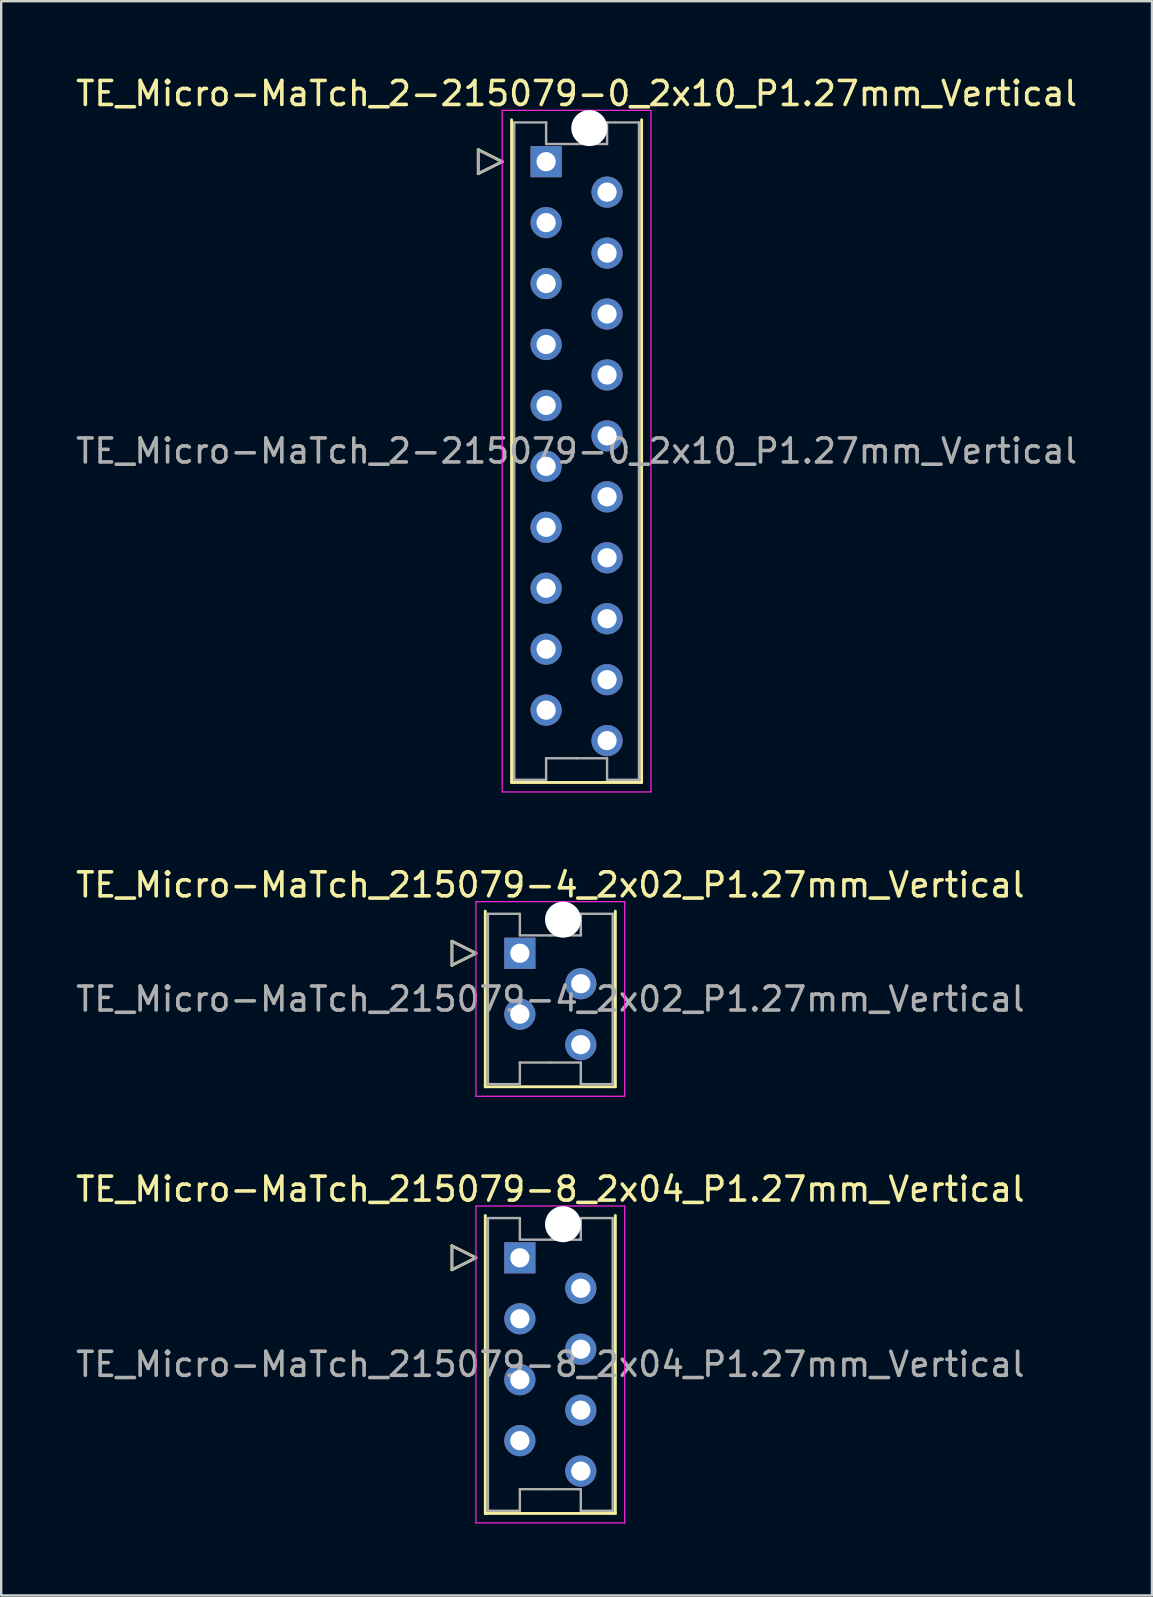
<source format=kicad_pcb>
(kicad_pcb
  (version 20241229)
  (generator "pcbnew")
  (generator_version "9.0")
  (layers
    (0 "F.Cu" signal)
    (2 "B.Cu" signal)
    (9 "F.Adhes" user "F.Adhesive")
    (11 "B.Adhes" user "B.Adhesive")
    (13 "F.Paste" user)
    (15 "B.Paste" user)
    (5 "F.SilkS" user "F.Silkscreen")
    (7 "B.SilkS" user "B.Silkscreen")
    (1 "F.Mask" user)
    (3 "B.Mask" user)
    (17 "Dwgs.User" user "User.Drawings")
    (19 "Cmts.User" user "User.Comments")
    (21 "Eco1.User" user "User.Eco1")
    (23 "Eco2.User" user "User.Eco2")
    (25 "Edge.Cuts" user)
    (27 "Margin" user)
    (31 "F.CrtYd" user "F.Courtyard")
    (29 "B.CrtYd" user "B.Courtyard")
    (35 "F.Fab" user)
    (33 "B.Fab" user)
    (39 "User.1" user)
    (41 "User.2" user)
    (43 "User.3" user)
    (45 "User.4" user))
  (footprint "TE_Micro-MaTch_2-215079-0_2x10_P1.27mm_Vertical"
    (layer "F.Cu")
    (at 19.712 3.688)
    (property "Reference" "TE_Micro-MaTch_2-215079-0_2x10_P1.27mm_Vertical" (at 1.27 -2.84 0) (layer "F.SilkS") (effects (font (size 1 1) (thickness 0.15))))
    (attr through_hole)
    (fp_line (start -2.83 -0.5) (end -1.83 0) (stroke (width 0.12) (type solid)) (layer "F.SilkS"))
    (fp_line (start -2.83 0.5) (end -2.83 -0.5) (stroke (width 0.12) (type solid)) (layer "F.SilkS"))
    (fp_line (start -1.83 0) (end -2.83 0.5) (stroke (width 0.12) (type solid)) (layer "F.SilkS"))
    (fp_line (start -1.44 -1.745) (end -1.44 25.875) (stroke (width 0.12) (type solid)) (layer "F.SilkS"))
    (fp_line (start -1.44 25.875) (end 3.98 25.875) (stroke (width 0.12) (type solid)) (layer "F.SilkS"))
    (fp_line (start 3.98 25.875) (end 3.98 -1.745) (stroke (width 0.12) (type solid)) (layer "F.SilkS"))
    (fp_line (start -1.83 -2.14) (end -1.83 26.27) (stroke (width 0.05) (type solid)) (layer "F.CrtYd"))
    (fp_line (start -1.83 26.27) (end 4.37 26.27) (stroke (width 0.05) (type solid)) (layer "F.CrtYd"))
    (fp_line (start 4.37 -2.14) (end -1.83 -2.14) (stroke (width 0.05) (type solid)) (layer "F.CrtYd"))
    (fp_line (start 4.37 26.27) (end 4.37 -2.14) (stroke (width 0.05) (type solid)) (layer "F.CrtYd"))
    (fp_line (start -2.83 -0.5) (end -1.83 0) (stroke (width 0.1) (type solid)) (layer "F.Fab"))
    (fp_line (start -2.83 0.5) (end -2.83 -0.5) (stroke (width 0.1) (type solid)) (layer "F.Fab"))
    (fp_line (start -1.83 0) (end -2.83 0.5) (stroke (width 0.1) (type solid)) (layer "F.Fab"))
    (fp_line (start -1.33 -1.635) (end -1.33 12.065) (stroke (width 0.1) (type solid)) (layer "F.Fab"))
    (fp_line (start -1.33 25.765) (end -1.33 12.065) (stroke (width 0.1) (type solid)) (layer "F.Fab"))
    (fp_line (start 0 -1.635) (end -1.33 -1.635) (stroke (width 0.1) (type solid)) (layer "F.Fab"))
    (fp_line (start 0 -0.735) (end 0 -1.635) (stroke (width 0.1) (type solid)) (layer "F.Fab"))
    (fp_line (start 0 24.865) (end 0 25.765) (stroke (width 0.1) (type solid)) (layer "F.Fab"))
    (fp_line (start 0 25.765) (end -1.33 25.765) (stroke (width 0.1) (type solid)) (layer "F.Fab"))
    (fp_line (start 1.27 -0.735) (end 0 -0.735) (stroke (width 0.1) (type solid)) (layer "F.Fab"))
    (fp_line (start 1.27 -0.735) (end 2.54 -0.735) (stroke (width 0.1) (type solid)) (layer "F.Fab"))
    (fp_line (start 1.27 24.865) (end 0 24.865) (stroke (width 0.1) (type solid)) (layer "F.Fab"))
    (fp_line (start 1.27 24.865) (end 2.54 24.865) (stroke (width 0.1) (type solid)) (layer "F.Fab"))
    (fp_line (start 2.54 -1.635) (end 3.87 -1.635) (stroke (width 0.1) (type solid)) (layer "F.Fab"))
    (fp_line (start 2.54 -0.735) (end 2.54 -1.635) (stroke (width 0.1) (type solid)) (layer "F.Fab"))
    (fp_line (start 2.54 24.865) (end 2.54 25.765) (stroke (width 0.1) (type solid)) (layer "F.Fab"))
    (fp_line (start 2.54 25.765) (end 3.87 25.765) (stroke (width 0.1) (type solid)) (layer "F.Fab"))
    (fp_line (start 3.87 -1.635) (end 3.87 12.065) (stroke (width 0.1) (type solid)) (layer "F.Fab"))
    (fp_line (start 3.87 25.765) (end 3.87 12.065) (stroke (width 0.1) (type solid)) (layer "F.Fab"))
    (fp_text user "${REFERENCE}" (at 1.27 12.06 0) (layer "F.Fab") (effects (font (size 1 1) (thickness 0.15))))
    (pad "" np_thru_hole circle (at 1.8 -1.4) (size 1.5 1.5) (drill 1.5) (layers "*.Cu" "*.Mask"))
    (pad "1" thru_hole rect (at 0 0) (size 1.3 1.3) (drill 0.8) (layers "*.Cu" "*.Mask"))
    (pad "2" thru_hole circle (at 2.54 1.27) (size 1.3 1.3) (drill 0.8) (layers "*.Cu" "*.Mask"))
    (pad "3" thru_hole circle (at 0 2.54) (size 1.3 1.3) (drill 0.8) (layers "*.Cu" "*.Mask"))
    (pad "4" thru_hole circle (at 2.54 3.81) (size 1.3 1.3) (drill 0.8) (layers "*.Cu" "*.Mask"))
    (pad "5" thru_hole circle (at 0 5.08) (size 1.3 1.3) (drill 0.8) (layers "*.Cu" "*.Mask"))
    (pad "6" thru_hole circle (at 2.54 6.35) (size 1.3 1.3) (drill 0.8) (layers "*.Cu" "*.Mask"))
    (pad "7" thru_hole circle (at 0 7.62) (size 1.3 1.3) (drill 0.8) (layers "*.Cu" "*.Mask"))
    (pad "8" thru_hole circle (at 2.54 8.89) (size 1.3 1.3) (drill 0.8) (layers "*.Cu" "*.Mask"))
    (pad "9" thru_hole circle (at 0 10.16) (size 1.3 1.3) (drill 0.8) (layers "*.Cu" "*.Mask"))
    (pad "10" thru_hole circle (at 2.54 11.43) (size 1.3 1.3) (drill 0.8) (layers "*.Cu" "*.Mask"))
    (pad "11" thru_hole circle (at 0 12.7) (size 1.3 1.3) (drill 0.8) (layers "*.Cu" "*.Mask"))
    (pad "12" thru_hole circle (at 2.54 13.97) (size 1.3 1.3) (drill 0.8) (layers "*.Cu" "*.Mask"))
    (pad "13" thru_hole circle (at 0 15.24) (size 1.3 1.3) (drill 0.8) (layers "*.Cu" "*.Mask"))
    (pad "14" thru_hole circle (at 2.54 16.51) (size 1.3 1.3) (drill 0.8) (layers "*.Cu" "*.Mask"))
    (pad "15" thru_hole circle (at 0 17.78) (size 1.3 1.3) (drill 0.8) (layers "*.Cu" "*.Mask"))
    (pad "16" thru_hole circle (at 2.54 19.05) (size 1.3 1.3) (drill 0.8) (layers "*.Cu" "*.Mask"))
    (pad "17" thru_hole circle (at 0 20.32) (size 1.3 1.3) (drill 0.8) (layers "*.Cu" "*.Mask"))
    (pad "18" thru_hole circle (at 2.54 21.59) (size 1.3 1.3) (drill 0.8) (layers "*.Cu" "*.Mask"))
    (pad "19" thru_hole circle (at 0 22.86) (size 1.3 1.3) (drill 0.8) (layers "*.Cu" "*.Mask"))
    (pad "20" thru_hole circle (at 2.54 24.13) (size 1.3 1.3) (drill 0.8) (layers "*.Cu" "*.Mask")))
  (footprint "TE_Micro-MaTch_215079-8_2x04_P1.27mm_Vertical"
    (layer "F.Cu")
    (at 18.617 49.375)
    (property "Reference" "TE_Micro-MaTch_215079-8_2x04_P1.27mm_Vertical" (at 1.27 -2.86 0) (layer "F.SilkS") (effects (font (size 1 1) (thickness 0.15))))
    (attr through_hole)
    (fp_line (start -2.83 -0.5) (end -1.83 0) (stroke (width 0.12) (type solid)) (layer "F.SilkS"))
    (fp_line (start -2.83 0.5) (end -2.83 -0.5) (stroke (width 0.12) (type solid)) (layer "F.SilkS"))
    (fp_line (start -1.83 0) (end -2.83 0.5) (stroke (width 0.12) (type solid)) (layer "F.SilkS"))
    (fp_line (start -1.44 -1.765) (end -1.44 10.655) (stroke (width 0.12) (type solid)) (layer "F.SilkS"))
    (fp_line (start -1.44 10.655) (end 3.98 10.655) (stroke (width 0.12) (type solid)) (layer "F.SilkS"))
    (fp_line (start 3.98 10.655) (end 3.98 -1.765) (stroke (width 0.12) (type solid)) (layer "F.SilkS"))
    (fp_line (start -1.83 -2.16) (end -1.83 11.05) (stroke (width 0.05) (type solid)) (layer "F.CrtYd"))
    (fp_line (start -1.83 11.05) (end 4.37 11.05) (stroke (width 0.05) (type solid)) (layer "F.CrtYd"))
    (fp_line (start 4.37 -2.16) (end -1.83 -2.16) (stroke (width 0.05) (type solid)) (layer "F.CrtYd"))
    (fp_line (start 4.37 11.05) (end 4.37 -2.16) (stroke (width 0.05) (type solid)) (layer "F.CrtYd"))
    (fp_line (start -2.83 -0.5) (end -1.83 0) (stroke (width 0.1) (type solid)) (layer "F.Fab"))
    (fp_line (start -2.83 0.5) (end -2.83 -0.5) (stroke (width 0.1) (type solid)) (layer "F.Fab"))
    (fp_line (start -1.83 0) (end -2.83 0.5) (stroke (width 0.1) (type solid)) (layer "F.Fab"))
    (fp_line (start -1.33 -1.655) (end -1.33 4.445) (stroke (width 0.1) (type solid)) (layer "F.Fab"))
    (fp_line (start -1.33 10.545) (end -1.33 4.445) (stroke (width 0.1) (type solid)) (layer "F.Fab"))
    (fp_line (start 0 -1.655) (end -1.33 -1.655) (stroke (width 0.1) (type solid)) (layer "F.Fab"))
    (fp_line (start 0 -0.755) (end 0 -1.655) (stroke (width 0.1) (type solid)) (layer "F.Fab"))
    (fp_line (start 0 9.645) (end 0 10.545) (stroke (width 0.1) (type solid)) (layer "F.Fab"))
    (fp_line (start 0 10.545) (end -1.33 10.545) (stroke (width 0.1) (type solid)) (layer "F.Fab"))
    (fp_line (start 1.27 -0.755) (end 0 -0.755) (stroke (width 0.1) (type solid)) (layer "F.Fab"))
    (fp_line (start 1.27 -0.755) (end 2.54 -0.755) (stroke (width 0.1) (type solid)) (layer "F.Fab"))
    (fp_line (start 1.27 9.645) (end 0 9.645) (stroke (width 0.1) (type solid)) (layer "F.Fab"))
    (fp_line (start 1.27 9.645) (end 2.54 9.645) (stroke (width 0.1) (type solid)) (layer "F.Fab"))
    (fp_line (start 2.54 -1.655) (end 3.87 -1.655) (stroke (width 0.1) (type solid)) (layer "F.Fab"))
    (fp_line (start 2.54 -0.755) (end 2.54 -1.655) (stroke (width 0.1) (type solid)) (layer "F.Fab"))
    (fp_line (start 2.54 9.645) (end 2.54 10.545) (stroke (width 0.1) (type solid)) (layer "F.Fab"))
    (fp_line (start 2.54 10.545) (end 3.87 10.545) (stroke (width 0.1) (type solid)) (layer "F.Fab"))
    (fp_line (start 3.87 -1.655) (end 3.87 4.445) (stroke (width 0.1) (type solid)) (layer "F.Fab"))
    (fp_line (start 3.87 10.545) (end 3.87 4.445) (stroke (width 0.1) (type solid)) (layer "F.Fab"))
    (fp_text user "${REFERENCE}" (at 1.27 4.44 0) (layer "F.Fab") (effects (font (size 1 1) (thickness 0.15))))
    (pad "" np_thru_hole circle (at 1.8 -1.4) (size 1.5 1.5) (drill 1.5) (layers "*.Cu" "*.Mask"))
    (pad "1" thru_hole rect (at 0 0) (size 1.3 1.3) (drill 0.8) (layers "*.Cu" "*.Mask"))
    (pad "2" thru_hole circle (at 2.54 1.27) (size 1.3 1.3) (drill 0.8) (layers "*.Cu" "*.Mask"))
    (pad "3" thru_hole circle (at 0 2.54) (size 1.3 1.3) (drill 0.8) (layers "*.Cu" "*.Mask"))
    (pad "4" thru_hole circle (at 2.54 3.81) (size 1.3 1.3) (drill 0.8) (layers "*.Cu" "*.Mask"))
    (pad "5" thru_hole circle (at 0 5.08) (size 1.3 1.3) (drill 0.8) (layers "*.Cu" "*.Mask"))
    (pad "6" thru_hole circle (at 2.54 6.35) (size 1.3 1.3) (drill 0.8) (layers "*.Cu" "*.Mask"))
    (pad "7" thru_hole circle (at 0 7.62) (size 1.3 1.3) (drill 0.8) (layers "*.Cu" "*.Mask"))
    (pad "8" thru_hole circle (at 2.54 8.89) (size 1.3 1.3) (drill 0.8) (layers "*.Cu" "*.Mask")))
  (footprint "TE_Micro-MaTch_215079-4_2x02_P1.27mm_Vertical"
    (layer "F.Cu")
    (at 18.617 36.681)
    (property "Reference" "TE_Micro-MaTch_215079-4_2x02_P1.27mm_Vertical" (at 1.27 -2.85 0) (layer "F.SilkS") (effects (font (size 1 1) (thickness 0.15))))
    (attr through_hole)
    (fp_line (start -2.83 -0.5) (end -1.83 0) (stroke (width 0.12) (type solid)) (layer "F.SilkS"))
    (fp_line (start -2.83 0.5) (end -2.83 -0.5) (stroke (width 0.12) (type solid)) (layer "F.SilkS"))
    (fp_line (start -1.83 0) (end -2.83 0.5) (stroke (width 0.12) (type solid)) (layer "F.SilkS"))
    (fp_line (start -1.44 -1.755) (end -1.44 5.565) (stroke (width 0.12) (type solid)) (layer "F.SilkS"))
    (fp_line (start -1.44 5.565) (end 3.98 5.565) (stroke (width 0.12) (type solid)) (layer "F.SilkS"))
    (fp_line (start 3.98 5.565) (end 3.98 -1.755) (stroke (width 0.12) (type solid)) (layer "F.SilkS"))
    (fp_line (start -1.83 -2.15) (end -1.83 5.96) (stroke (width 0.05) (type solid)) (layer "F.CrtYd"))
    (fp_line (start -1.83 5.96) (end 4.37 5.96) (stroke (width 0.05) (type solid)) (layer "F.CrtYd"))
    (fp_line (start 4.37 -2.15) (end -1.83 -2.15) (stroke (width 0.05) (type solid)) (layer "F.CrtYd"))
    (fp_line (start 4.37 5.96) (end 4.37 -2.15) (stroke (width 0.05) (type solid)) (layer "F.CrtYd"))
    (fp_line (start -2.83 -0.5) (end -1.83 0) (stroke (width 0.1) (type solid)) (layer "F.Fab"))
    (fp_line (start -2.83 0.5) (end -2.83 -0.5) (stroke (width 0.1) (type solid)) (layer "F.Fab"))
    (fp_line (start -1.83 0) (end -2.83 0.5) (stroke (width 0.1) (type solid)) (layer "F.Fab"))
    (fp_line (start -1.33 -1.645) (end -1.33 1.905) (stroke (width 0.1) (type solid)) (layer "F.Fab"))
    (fp_line (start -1.33 5.455) (end -1.33 1.905) (stroke (width 0.1) (type solid)) (layer "F.Fab"))
    (fp_line (start 0 -1.645) (end -1.33 -1.645) (stroke (width 0.1) (type solid)) (layer "F.Fab"))
    (fp_line (start 0 -0.745) (end 0 -1.645) (stroke (width 0.1) (type solid)) (layer "F.Fab"))
    (fp_line (start 0 4.555) (end 0 5.455) (stroke (width 0.1) (type solid)) (layer "F.Fab"))
    (fp_line (start 0 5.455) (end -1.33 5.455) (stroke (width 0.1) (type solid)) (layer "F.Fab"))
    (fp_line (start 1.27 -0.745) (end 0 -0.745) (stroke (width 0.1) (type solid)) (layer "F.Fab"))
    (fp_line (start 1.27 -0.745) (end 2.54 -0.745) (stroke (width 0.1) (type solid)) (layer "F.Fab"))
    (fp_line (start 1.27 4.555) (end 0 4.555) (stroke (width 0.1) (type solid)) (layer "F.Fab"))
    (fp_line (start 1.27 4.555) (end 2.54 4.555) (stroke (width 0.1) (type solid)) (layer "F.Fab"))
    (fp_line (start 2.54 -1.645) (end 3.87 -1.645) (stroke (width 0.1) (type solid)) (layer "F.Fab"))
    (fp_line (start 2.54 -0.745) (end 2.54 -1.645) (stroke (width 0.1) (type solid)) (layer "F.Fab"))
    (fp_line (start 2.54 4.555) (end 2.54 5.455) (stroke (width 0.1) (type solid)) (layer "F.Fab"))
    (fp_line (start 2.54 5.455) (end 3.87 5.455) (stroke (width 0.1) (type solid)) (layer "F.Fab"))
    (fp_line (start 3.87 -1.645) (end 3.87 1.905) (stroke (width 0.1) (type solid)) (layer "F.Fab"))
    (fp_line (start 3.87 5.455) (end 3.87 1.905) (stroke (width 0.1) (type solid)) (layer "F.Fab"))
    (fp_text user "${REFERENCE}" (at 1.27 1.91 0) (layer "F.Fab") (effects (font (size 1 1) (thickness 0.15))))
    (pad "" np_thru_hole circle (at 1.8 -1.4) (size 1.5 1.5) (drill 1.5) (layers "*.Cu" "*.Mask"))
    (pad "1" thru_hole rect (at 0 0) (size 1.3 1.3) (drill 0.8) (layers "*.Cu" "*.Mask"))
    (pad "2" thru_hole circle (at 2.54 1.27) (size 1.3 1.3) (drill 0.8) (layers "*.Cu" "*.Mask"))
    (pad "3" thru_hole circle (at 0 2.54) (size 1.3 1.3) (drill 0.8) (layers "*.Cu" "*.Mask"))
    (pad "4" thru_hole circle (at 2.54 3.81) (size 1.3 1.3) (drill 0.8) (layers "*.Cu" "*.Mask")))
  (gr_rect
    (start -3 -3)
    (end 44.964 63.45)
    (stroke (width 0.1) (type default))
    (fill no)
    (layer "Edge.Cuts")))
</source>
